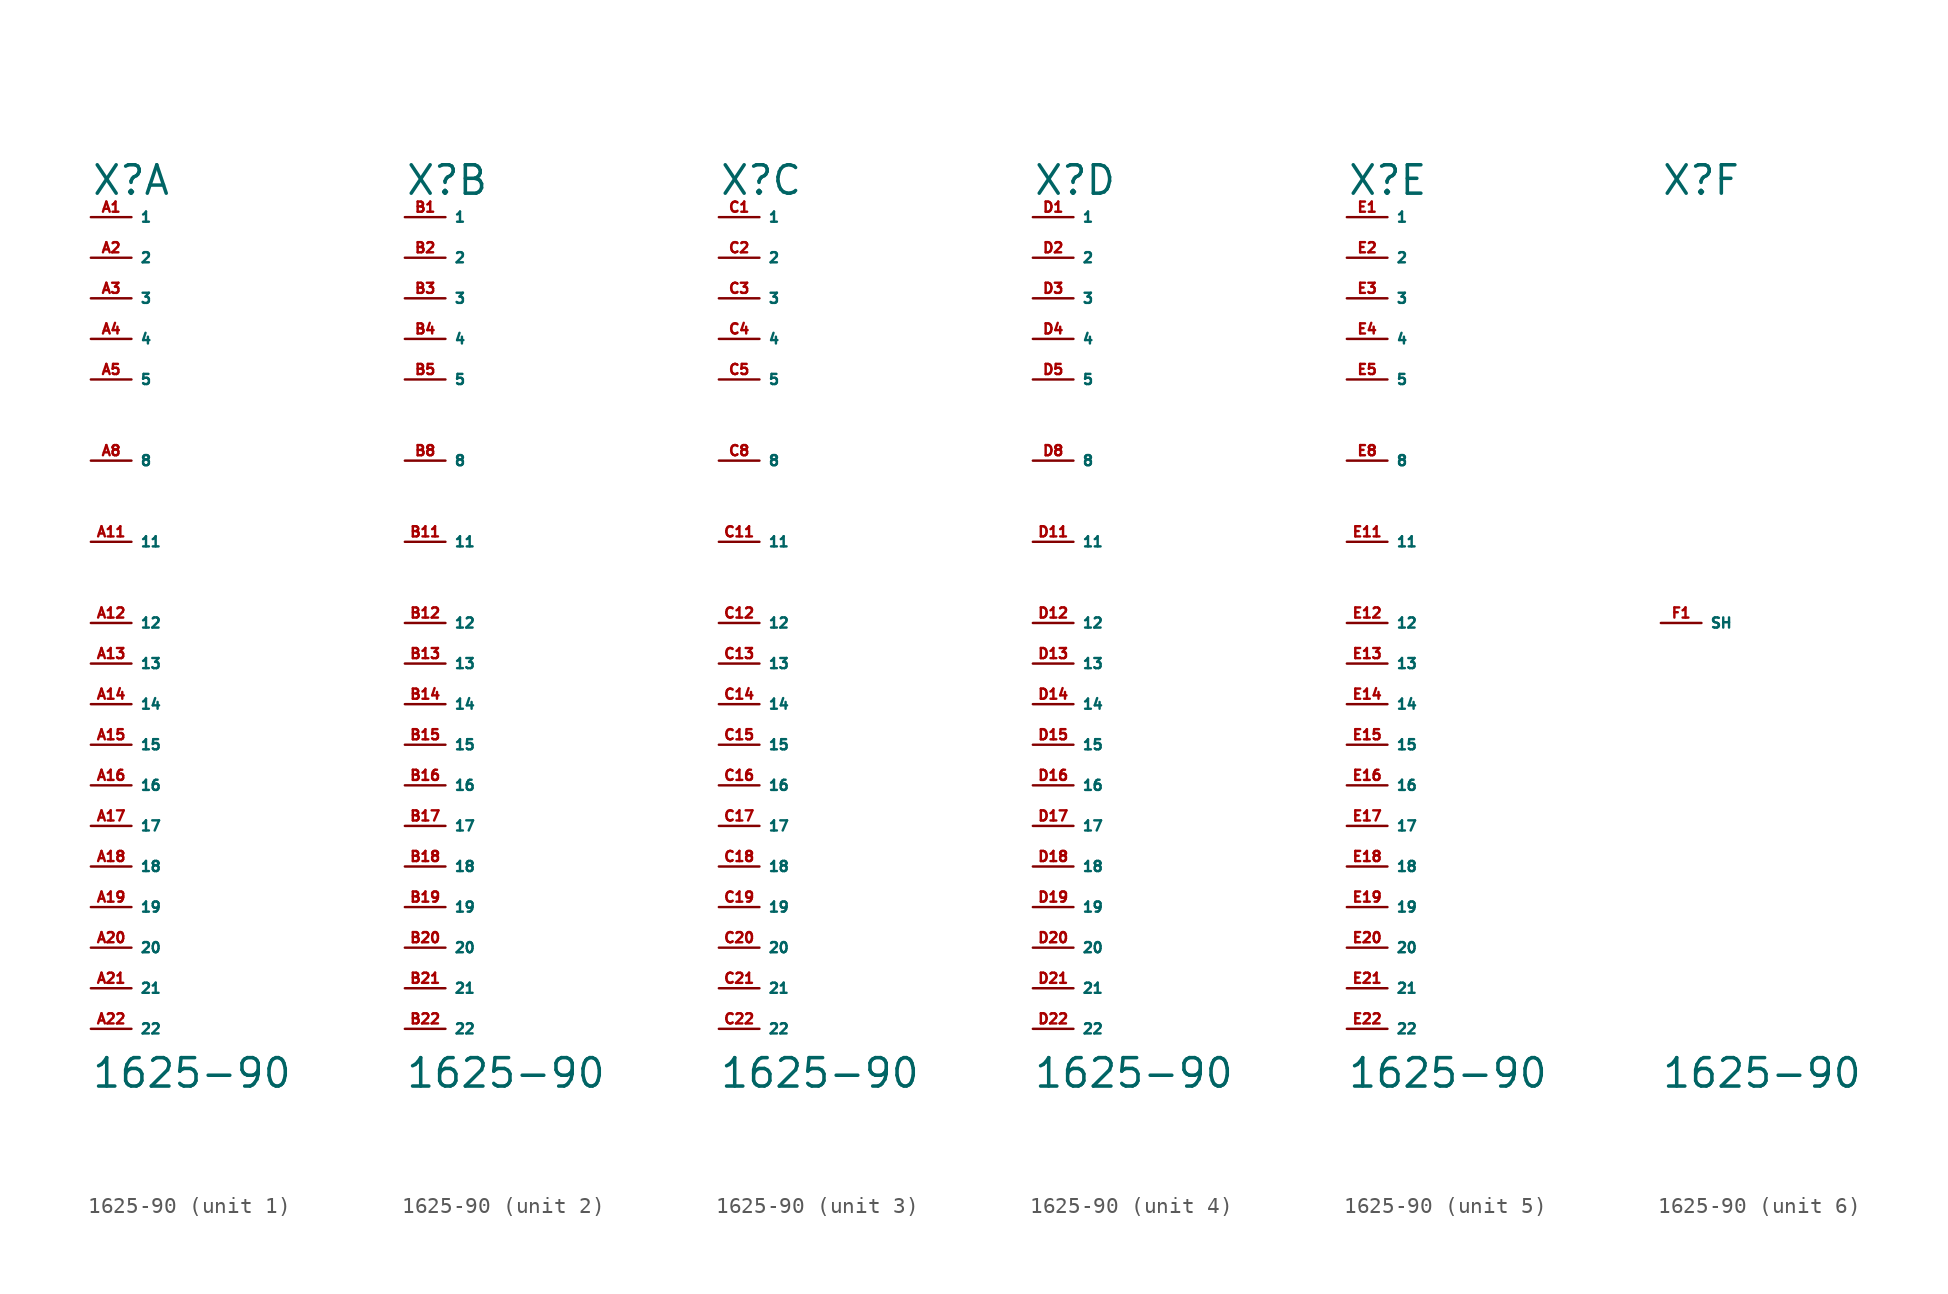
<source format=kicad_sym>
(kicad_symbol_lib
  (version 20220914)
  (generator Eagle2Kicad)
  (symbol "1625-90"
    (property "Reference" "X"
      (at -2.54 26.67 0)
      (effects (font (size 1.778 1.778) (thickness 0.22)) (justify left bottom)))
    (property "Value" "1625-90"
      (at -2.54 -29.21 0)
      (effects (font (size 1.778 1.778) (thickness 0.22)) (justify left bottom)))
    (symbol "1625-90_1_0"
      (pin passive line (at -2.54 25.4 0) (length 2.54) (name "1" (effects (font (size 0.635 0.635) (thickness 0.08)) (justify left bottom))) (number "A1" (effects (font (size 0.635 0.635) (thickness 0.08)) (justify left bottom))))
      (pin passive line (at -2.54 22.86 0) (length 2.54) (name "2" (effects (font (size 0.635 0.635) (thickness 0.08)) (justify left bottom))) (number "A2" (effects (font (size 0.635 0.635) (thickness 0.08)) (justify left bottom))))
      (pin passive line (at -2.54 20.32 0) (length 2.54) (name "3" (effects (font (size 0.635 0.635) (thickness 0.08)) (justify left bottom))) (number "A3" (effects (font (size 0.635 0.635) (thickness 0.08)) (justify left bottom))))
      (pin passive line (at -2.54 17.78 0) (length 2.54) (name "4" (effects (font (size 0.635 0.635) (thickness 0.08)) (justify left bottom))) (number "A4" (effects (font (size 0.635 0.635) (thickness 0.08)) (justify left bottom))))
      (pin passive line (at -2.54 15.24 0) (length 2.54) (name "5" (effects (font (size 0.635 0.635) (thickness 0.08)) (justify left bottom))) (number "A5" (effects (font (size 0.635 0.635) (thickness 0.08)) (justify left bottom))))
      (pin passive line (at -2.54 10.16 0) (length 2.54) (name "8" (effects (font (size 0.635 0.635) (thickness 0.08)) (justify left bottom))) (number "A8" (effects (font (size 0.635 0.635) (thickness 0.08)) (justify left bottom))))
      (pin passive line (at -2.54 5.08 0) (length 2.54) (name "11" (effects (font (size 0.635 0.635) (thickness 0.08)) (justify left bottom))) (number "A11" (effects (font (size 0.635 0.635) (thickness 0.08)) (justify left bottom))))
      (pin passive line (at -2.54 0 0) (length 2.54) (name "12" (effects (font (size 0.635 0.635) (thickness 0.08)) (justify left bottom))) (number "A12" (effects (font (size 0.635 0.635) (thickness 0.08)) (justify left bottom))))
      (pin passive line (at -2.54 -2.54 0) (length 2.54) (name "13" (effects (font (size 0.635 0.635) (thickness 0.08)) (justify left bottom))) (number "A13" (effects (font (size 0.635 0.635) (thickness 0.08)) (justify left bottom))))
      (pin passive line (at -2.54 -5.08 0) (length 2.54) (name "14" (effects (font (size 0.635 0.635) (thickness 0.08)) (justify left bottom))) (number "A14" (effects (font (size 0.635 0.635) (thickness 0.08)) (justify left bottom))))
      (pin passive line (at -2.54 -7.62 0) (length 2.54) (name "15" (effects (font (size 0.635 0.635) (thickness 0.08)) (justify left bottom))) (number "A15" (effects (font (size 0.635 0.635) (thickness 0.08)) (justify left bottom))))
      (pin passive line (at -2.54 -10.16 0) (length 2.54) (name "16" (effects (font (size 0.635 0.635) (thickness 0.08)) (justify left bottom))) (number "A16" (effects (font (size 0.635 0.635) (thickness 0.08)) (justify left bottom))))
      (pin passive line (at -2.54 -12.7 0) (length 2.54) (name "17" (effects (font (size 0.635 0.635) (thickness 0.08)) (justify left bottom))) (number "A17" (effects (font (size 0.635 0.635) (thickness 0.08)) (justify left bottom))))
      (pin passive line (at -2.54 -15.24 0) (length 2.54) (name "18" (effects (font (size 0.635 0.635) (thickness 0.08)) (justify left bottom))) (number "A18" (effects (font (size 0.635 0.635) (thickness 0.08)) (justify left bottom))))
      (pin passive line (at -2.54 -17.78 0) (length 2.54) (name "19" (effects (font (size 0.635 0.635) (thickness 0.08)) (justify left bottom))) (number "A19" (effects (font (size 0.635 0.635) (thickness 0.08)) (justify left bottom))))
      (pin passive line (at -2.54 -20.32 0) (length 2.54) (name "20" (effects (font (size 0.635 0.635) (thickness 0.08)) (justify left bottom))) (number "A20" (effects (font (size 0.635 0.635) (thickness 0.08)) (justify left bottom))))
      (pin passive line (at -2.54 -22.86 0) (length 2.54) (name "21" (effects (font (size 0.635 0.635) (thickness 0.08)) (justify left bottom))) (number "A21" (effects (font (size 0.635 0.635) (thickness 0.08)) (justify left bottom))))
      (pin passive line (at -2.54 -25.4 0) (length 2.54) (name "22" (effects (font (size 0.635 0.635) (thickness 0.08)) (justify left bottom))) (number "A22" (effects (font (size 0.635 0.635) (thickness 0.08)) (justify left bottom)))))
    (symbol "1625-90_2_0"
      (pin passive line (at -2.54 25.4 0) (length 2.54) (name "1" (effects (font (size 0.635 0.635) (thickness 0.08)) (justify left bottom))) (number "B1" (effects (font (size 0.635 0.635) (thickness 0.08)) (justify left bottom))))
      (pin passive line (at -2.54 22.86 0) (length 2.54) (name "2" (effects (font (size 0.635 0.635) (thickness 0.08)) (justify left bottom))) (number "B2" (effects (font (size 0.635 0.635) (thickness 0.08)) (justify left bottom))))
      (pin passive line (at -2.54 20.32 0) (length 2.54) (name "3" (effects (font (size 0.635 0.635) (thickness 0.08)) (justify left bottom))) (number "B3" (effects (font (size 0.635 0.635) (thickness 0.08)) (justify left bottom))))
      (pin passive line (at -2.54 17.78 0) (length 2.54) (name "4" (effects (font (size 0.635 0.635) (thickness 0.08)) (justify left bottom))) (number "B4" (effects (font (size 0.635 0.635) (thickness 0.08)) (justify left bottom))))
      (pin passive line (at -2.54 15.24 0) (length 2.54) (name "5" (effects (font (size 0.635 0.635) (thickness 0.08)) (justify left bottom))) (number "B5" (effects (font (size 0.635 0.635) (thickness 0.08)) (justify left bottom))))
      (pin passive line (at -2.54 10.16 0) (length 2.54) (name "8" (effects (font (size 0.635 0.635) (thickness 0.08)) (justify left bottom))) (number "B8" (effects (font (size 0.635 0.635) (thickness 0.08)) (justify left bottom))))
      (pin passive line (at -2.54 5.08 0) (length 2.54) (name "11" (effects (font (size 0.635 0.635) (thickness 0.08)) (justify left bottom))) (number "B11" (effects (font (size 0.635 0.635) (thickness 0.08)) (justify left bottom))))
      (pin passive line (at -2.54 0 0) (length 2.54) (name "12" (effects (font (size 0.635 0.635) (thickness 0.08)) (justify left bottom))) (number "B12" (effects (font (size 0.635 0.635) (thickness 0.08)) (justify left bottom))))
      (pin passive line (at -2.54 -2.54 0) (length 2.54) (name "13" (effects (font (size 0.635 0.635) (thickness 0.08)) (justify left bottom))) (number "B13" (effects (font (size 0.635 0.635) (thickness 0.08)) (justify left bottom))))
      (pin passive line (at -2.54 -5.08 0) (length 2.54) (name "14" (effects (font (size 0.635 0.635) (thickness 0.08)) (justify left bottom))) (number "B14" (effects (font (size 0.635 0.635) (thickness 0.08)) (justify left bottom))))
      (pin passive line (at -2.54 -7.62 0) (length 2.54) (name "15" (effects (font (size 0.635 0.635) (thickness 0.08)) (justify left bottom))) (number "B15" (effects (font (size 0.635 0.635) (thickness 0.08)) (justify left bottom))))
      (pin passive line (at -2.54 -10.16 0) (length 2.54) (name "16" (effects (font (size 0.635 0.635) (thickness 0.08)) (justify left bottom))) (number "B16" (effects (font (size 0.635 0.635) (thickness 0.08)) (justify left bottom))))
      (pin passive line (at -2.54 -12.7 0) (length 2.54) (name "17" (effects (font (size 0.635 0.635) (thickness 0.08)) (justify left bottom))) (number "B17" (effects (font (size 0.635 0.635) (thickness 0.08)) (justify left bottom))))
      (pin passive line (at -2.54 -15.24 0) (length 2.54) (name "18" (effects (font (size 0.635 0.635) (thickness 0.08)) (justify left bottom))) (number "B18" (effects (font (size 0.635 0.635) (thickness 0.08)) (justify left bottom))))
      (pin passive line (at -2.54 -17.78 0) (length 2.54) (name "19" (effects (font (size 0.635 0.635) (thickness 0.08)) (justify left bottom))) (number "B19" (effects (font (size 0.635 0.635) (thickness 0.08)) (justify left bottom))))
      (pin passive line (at -2.54 -20.32 0) (length 2.54) (name "20" (effects (font (size 0.635 0.635) (thickness 0.08)) (justify left bottom))) (number "B20" (effects (font (size 0.635 0.635) (thickness 0.08)) (justify left bottom))))
      (pin passive line (at -2.54 -22.86 0) (length 2.54) (name "21" (effects (font (size 0.635 0.635) (thickness 0.08)) (justify left bottom))) (number "B21" (effects (font (size 0.635 0.635) (thickness 0.08)) (justify left bottom))))
      (pin passive line (at -2.54 -25.4 0) (length 2.54) (name "22" (effects (font (size 0.635 0.635) (thickness 0.08)) (justify left bottom))) (number "B22" (effects (font (size 0.635 0.635) (thickness 0.08)) (justify left bottom)))))
    (symbol "1625-90_3_0"
      (pin passive line (at -2.54 25.4 0) (length 2.54) (name "1" (effects (font (size 0.635 0.635) (thickness 0.08)) (justify left bottom))) (number "C1" (effects (font (size 0.635 0.635) (thickness 0.08)) (justify left bottom))))
      (pin passive line (at -2.54 22.86 0) (length 2.54) (name "2" (effects (font (size 0.635 0.635) (thickness 0.08)) (justify left bottom))) (number "C2" (effects (font (size 0.635 0.635) (thickness 0.08)) (justify left bottom))))
      (pin passive line (at -2.54 20.32 0) (length 2.54) (name "3" (effects (font (size 0.635 0.635) (thickness 0.08)) (justify left bottom))) (number "C3" (effects (font (size 0.635 0.635) (thickness 0.08)) (justify left bottom))))
      (pin passive line (at -2.54 17.78 0) (length 2.54) (name "4" (effects (font (size 0.635 0.635) (thickness 0.08)) (justify left bottom))) (number "C4" (effects (font (size 0.635 0.635) (thickness 0.08)) (justify left bottom))))
      (pin passive line (at -2.54 15.24 0) (length 2.54) (name "5" (effects (font (size 0.635 0.635) (thickness 0.08)) (justify left bottom))) (number "C5" (effects (font (size 0.635 0.635) (thickness 0.08)) (justify left bottom))))
      (pin passive line (at -2.54 10.16 0) (length 2.54) (name "8" (effects (font (size 0.635 0.635) (thickness 0.08)) (justify left bottom))) (number "C8" (effects (font (size 0.635 0.635) (thickness 0.08)) (justify left bottom))))
      (pin passive line (at -2.54 5.08 0) (length 2.54) (name "11" (effects (font (size 0.635 0.635) (thickness 0.08)) (justify left bottom))) (number "C11" (effects (font (size 0.635 0.635) (thickness 0.08)) (justify left bottom))))
      (pin passive line (at -2.54 0 0) (length 2.54) (name "12" (effects (font (size 0.635 0.635) (thickness 0.08)) (justify left bottom))) (number "C12" (effects (font (size 0.635 0.635) (thickness 0.08)) (justify left bottom))))
      (pin passive line (at -2.54 -2.54 0) (length 2.54) (name "13" (effects (font (size 0.635 0.635) (thickness 0.08)) (justify left bottom))) (number "C13" (effects (font (size 0.635 0.635) (thickness 0.08)) (justify left bottom))))
      (pin passive line (at -2.54 -5.08 0) (length 2.54) (name "14" (effects (font (size 0.635 0.635) (thickness 0.08)) (justify left bottom))) (number "C14" (effects (font (size 0.635 0.635) (thickness 0.08)) (justify left bottom))))
      (pin passive line (at -2.54 -7.62 0) (length 2.54) (name "15" (effects (font (size 0.635 0.635) (thickness 0.08)) (justify left bottom))) (number "C15" (effects (font (size 0.635 0.635) (thickness 0.08)) (justify left bottom))))
      (pin passive line (at -2.54 -10.16 0) (length 2.54) (name "16" (effects (font (size 0.635 0.635) (thickness 0.08)) (justify left bottom))) (number "C16" (effects (font (size 0.635 0.635) (thickness 0.08)) (justify left bottom))))
      (pin passive line (at -2.54 -12.7 0) (length 2.54) (name "17" (effects (font (size 0.635 0.635) (thickness 0.08)) (justify left bottom))) (number "C17" (effects (font (size 0.635 0.635) (thickness 0.08)) (justify left bottom))))
      (pin passive line (at -2.54 -15.24 0) (length 2.54) (name "18" (effects (font (size 0.635 0.635) (thickness 0.08)) (justify left bottom))) (number "C18" (effects (font (size 0.635 0.635) (thickness 0.08)) (justify left bottom))))
      (pin passive line (at -2.54 -17.78 0) (length 2.54) (name "19" (effects (font (size 0.635 0.635) (thickness 0.08)) (justify left bottom))) (number "C19" (effects (font (size 0.635 0.635) (thickness 0.08)) (justify left bottom))))
      (pin passive line (at -2.54 -20.32 0) (length 2.54) (name "20" (effects (font (size 0.635 0.635) (thickness 0.08)) (justify left bottom))) (number "C20" (effects (font (size 0.635 0.635) (thickness 0.08)) (justify left bottom))))
      (pin passive line (at -2.54 -22.86 0) (length 2.54) (name "21" (effects (font (size 0.635 0.635) (thickness 0.08)) (justify left bottom))) (number "C21" (effects (font (size 0.635 0.635) (thickness 0.08)) (justify left bottom))))
      (pin passive line (at -2.54 -25.4 0) (length 2.54) (name "22" (effects (font (size 0.635 0.635) (thickness 0.08)) (justify left bottom))) (number "C22" (effects (font (size 0.635 0.635) (thickness 0.08)) (justify left bottom)))))
    (symbol "1625-90_4_0"
      (pin passive line (at -2.54 25.4 0) (length 2.54) (name "1" (effects (font (size 0.635 0.635) (thickness 0.08)) (justify left bottom))) (number "D1" (effects (font (size 0.635 0.635) (thickness 0.08)) (justify left bottom))))
      (pin passive line (at -2.54 22.86 0) (length 2.54) (name "2" (effects (font (size 0.635 0.635) (thickness 0.08)) (justify left bottom))) (number "D2" (effects (font (size 0.635 0.635) (thickness 0.08)) (justify left bottom))))
      (pin passive line (at -2.54 20.32 0) (length 2.54) (name "3" (effects (font (size 0.635 0.635) (thickness 0.08)) (justify left bottom))) (number "D3" (effects (font (size 0.635 0.635) (thickness 0.08)) (justify left bottom))))
      (pin passive line (at -2.54 17.78 0) (length 2.54) (name "4" (effects (font (size 0.635 0.635) (thickness 0.08)) (justify left bottom))) (number "D4" (effects (font (size 0.635 0.635) (thickness 0.08)) (justify left bottom))))
      (pin passive line (at -2.54 15.24 0) (length 2.54) (name "5" (effects (font (size 0.635 0.635) (thickness 0.08)) (justify left bottom))) (number "D5" (effects (font (size 0.635 0.635) (thickness 0.08)) (justify left bottom))))
      (pin passive line (at -2.54 10.16 0) (length 2.54) (name "8" (effects (font (size 0.635 0.635) (thickness 0.08)) (justify left bottom))) (number "D8" (effects (font (size 0.635 0.635) (thickness 0.08)) (justify left bottom))))
      (pin passive line (at -2.54 5.08 0) (length 2.54) (name "11" (effects (font (size 0.635 0.635) (thickness 0.08)) (justify left bottom))) (number "D11" (effects (font (size 0.635 0.635) (thickness 0.08)) (justify left bottom))))
      (pin passive line (at -2.54 0 0) (length 2.54) (name "12" (effects (font (size 0.635 0.635) (thickness 0.08)) (justify left bottom))) (number "D12" (effects (font (size 0.635 0.635) (thickness 0.08)) (justify left bottom))))
      (pin passive line (at -2.54 -2.54 0) (length 2.54) (name "13" (effects (font (size 0.635 0.635) (thickness 0.08)) (justify left bottom))) (number "D13" (effects (font (size 0.635 0.635) (thickness 0.08)) (justify left bottom))))
      (pin passive line (at -2.54 -5.08 0) (length 2.54) (name "14" (effects (font (size 0.635 0.635) (thickness 0.08)) (justify left bottom))) (number "D14" (effects (font (size 0.635 0.635) (thickness 0.08)) (justify left bottom))))
      (pin passive line (at -2.54 -7.62 0) (length 2.54) (name "15" (effects (font (size 0.635 0.635) (thickness 0.08)) (justify left bottom))) (number "D15" (effects (font (size 0.635 0.635) (thickness 0.08)) (justify left bottom))))
      (pin passive line (at -2.54 -10.16 0) (length 2.54) (name "16" (effects (font (size 0.635 0.635) (thickness 0.08)) (justify left bottom))) (number "D16" (effects (font (size 0.635 0.635) (thickness 0.08)) (justify left bottom))))
      (pin passive line (at -2.54 -12.7 0) (length 2.54) (name "17" (effects (font (size 0.635 0.635) (thickness 0.08)) (justify left bottom))) (number "D17" (effects (font (size 0.635 0.635) (thickness 0.08)) (justify left bottom))))
      (pin passive line (at -2.54 -15.24 0) (length 2.54) (name "18" (effects (font (size 0.635 0.635) (thickness 0.08)) (justify left bottom))) (number "D18" (effects (font (size 0.635 0.635) (thickness 0.08)) (justify left bottom))))
      (pin passive line (at -2.54 -17.78 0) (length 2.54) (name "19" (effects (font (size 0.635 0.635) (thickness 0.08)) (justify left bottom))) (number "D19" (effects (font (size 0.635 0.635) (thickness 0.08)) (justify left bottom))))
      (pin passive line (at -2.54 -20.32 0) (length 2.54) (name "20" (effects (font (size 0.635 0.635) (thickness 0.08)) (justify left bottom))) (number "D20" (effects (font (size 0.635 0.635) (thickness 0.08)) (justify left bottom))))
      (pin passive line (at -2.54 -22.86 0) (length 2.54) (name "21" (effects (font (size 0.635 0.635) (thickness 0.08)) (justify left bottom))) (number "D21" (effects (font (size 0.635 0.635) (thickness 0.08)) (justify left bottom))))
      (pin passive line (at -2.54 -25.4 0) (length 2.54) (name "22" (effects (font (size 0.635 0.635) (thickness 0.08)) (justify left bottom))) (number "D22" (effects (font (size 0.635 0.635) (thickness 0.08)) (justify left bottom)))))
    (symbol "1625-90_5_0"
      (pin passive line (at -2.54 25.4 0) (length 2.54) (name "1" (effects (font (size 0.635 0.635) (thickness 0.08)) (justify left bottom))) (number "E1" (effects (font (size 0.635 0.635) (thickness 0.08)) (justify left bottom))))
      (pin passive line (at -2.54 22.86 0) (length 2.54) (name "2" (effects (font (size 0.635 0.635) (thickness 0.08)) (justify left bottom))) (number "E2" (effects (font (size 0.635 0.635) (thickness 0.08)) (justify left bottom))))
      (pin passive line (at -2.54 20.32 0) (length 2.54) (name "3" (effects (font (size 0.635 0.635) (thickness 0.08)) (justify left bottom))) (number "E3" (effects (font (size 0.635 0.635) (thickness 0.08)) (justify left bottom))))
      (pin passive line (at -2.54 17.78 0) (length 2.54) (name "4" (effects (font (size 0.635 0.635) (thickness 0.08)) (justify left bottom))) (number "E4" (effects (font (size 0.635 0.635) (thickness 0.08)) (justify left bottom))))
      (pin passive line (at -2.54 15.24 0) (length 2.54) (name "5" (effects (font (size 0.635 0.635) (thickness 0.08)) (justify left bottom))) (number "E5" (effects (font (size 0.635 0.635) (thickness 0.08)) (justify left bottom))))
      (pin passive line (at -2.54 10.16 0) (length 2.54) (name "8" (effects (font (size 0.635 0.635) (thickness 0.08)) (justify left bottom))) (number "E8" (effects (font (size 0.635 0.635) (thickness 0.08)) (justify left bottom))))
      (pin passive line (at -2.54 5.08 0) (length 2.54) (name "11" (effects (font (size 0.635 0.635) (thickness 0.08)) (justify left bottom))) (number "E11" (effects (font (size 0.635 0.635) (thickness 0.08)) (justify left bottom))))
      (pin passive line (at -2.54 0 0) (length 2.54) (name "12" (effects (font (size 0.635 0.635) (thickness 0.08)) (justify left bottom))) (number "E12" (effects (font (size 0.635 0.635) (thickness 0.08)) (justify left bottom))))
      (pin passive line (at -2.54 -2.54 0) (length 2.54) (name "13" (effects (font (size 0.635 0.635) (thickness 0.08)) (justify left bottom))) (number "E13" (effects (font (size 0.635 0.635) (thickness 0.08)) (justify left bottom))))
      (pin passive line (at -2.54 -5.08 0) (length 2.54) (name "14" (effects (font (size 0.635 0.635) (thickness 0.08)) (justify left bottom))) (number "E14" (effects (font (size 0.635 0.635) (thickness 0.08)) (justify left bottom))))
      (pin passive line (at -2.54 -7.62 0) (length 2.54) (name "15" (effects (font (size 0.635 0.635) (thickness 0.08)) (justify left bottom))) (number "E15" (effects (font (size 0.635 0.635) (thickness 0.08)) (justify left bottom))))
      (pin passive line (at -2.54 -10.16 0) (length 2.54) (name "16" (effects (font (size 0.635 0.635) (thickness 0.08)) (justify left bottom))) (number "E16" (effects (font (size 0.635 0.635) (thickness 0.08)) (justify left bottom))))
      (pin passive line (at -2.54 -12.7 0) (length 2.54) (name "17" (effects (font (size 0.635 0.635) (thickness 0.08)) (justify left bottom))) (number "E17" (effects (font (size 0.635 0.635) (thickness 0.08)) (justify left bottom))))
      (pin passive line (at -2.54 -15.24 0) (length 2.54) (name "18" (effects (font (size 0.635 0.635) (thickness 0.08)) (justify left bottom))) (number "E18" (effects (font (size 0.635 0.635) (thickness 0.08)) (justify left bottom))))
      (pin passive line (at -2.54 -17.78 0) (length 2.54) (name "19" (effects (font (size 0.635 0.635) (thickness 0.08)) (justify left bottom))) (number "E19" (effects (font (size 0.635 0.635) (thickness 0.08)) (justify left bottom))))
      (pin passive line (at -2.54 -20.32 0) (length 2.54) (name "20" (effects (font (size 0.635 0.635) (thickness 0.08)) (justify left bottom))) (number "E20" (effects (font (size 0.635 0.635) (thickness 0.08)) (justify left bottom))))
      (pin passive line (at -2.54 -22.86 0) (length 2.54) (name "21" (effects (font (size 0.635 0.635) (thickness 0.08)) (justify left bottom))) (number "E21" (effects (font (size 0.635 0.635) (thickness 0.08)) (justify left bottom))))
      (pin passive line (at -2.54 -25.4 0) (length 2.54) (name "22" (effects (font (size 0.635 0.635) (thickness 0.08)) (justify left bottom))) (number "E22" (effects (font (size 0.635 0.635) (thickness 0.08)) (justify left bottom)))))
    (symbol "1625-90_6_0"
      (pin passive line (at -2.54 0 0) (length 2.54) (name "SH" (effects (font (size 0.635 0.635) (thickness 0.08)) (justify left bottom))) (number "F1" (effects (font (size 0.635 0.635) (thickness 0.08)) (justify left bottom)))))))
</source>
